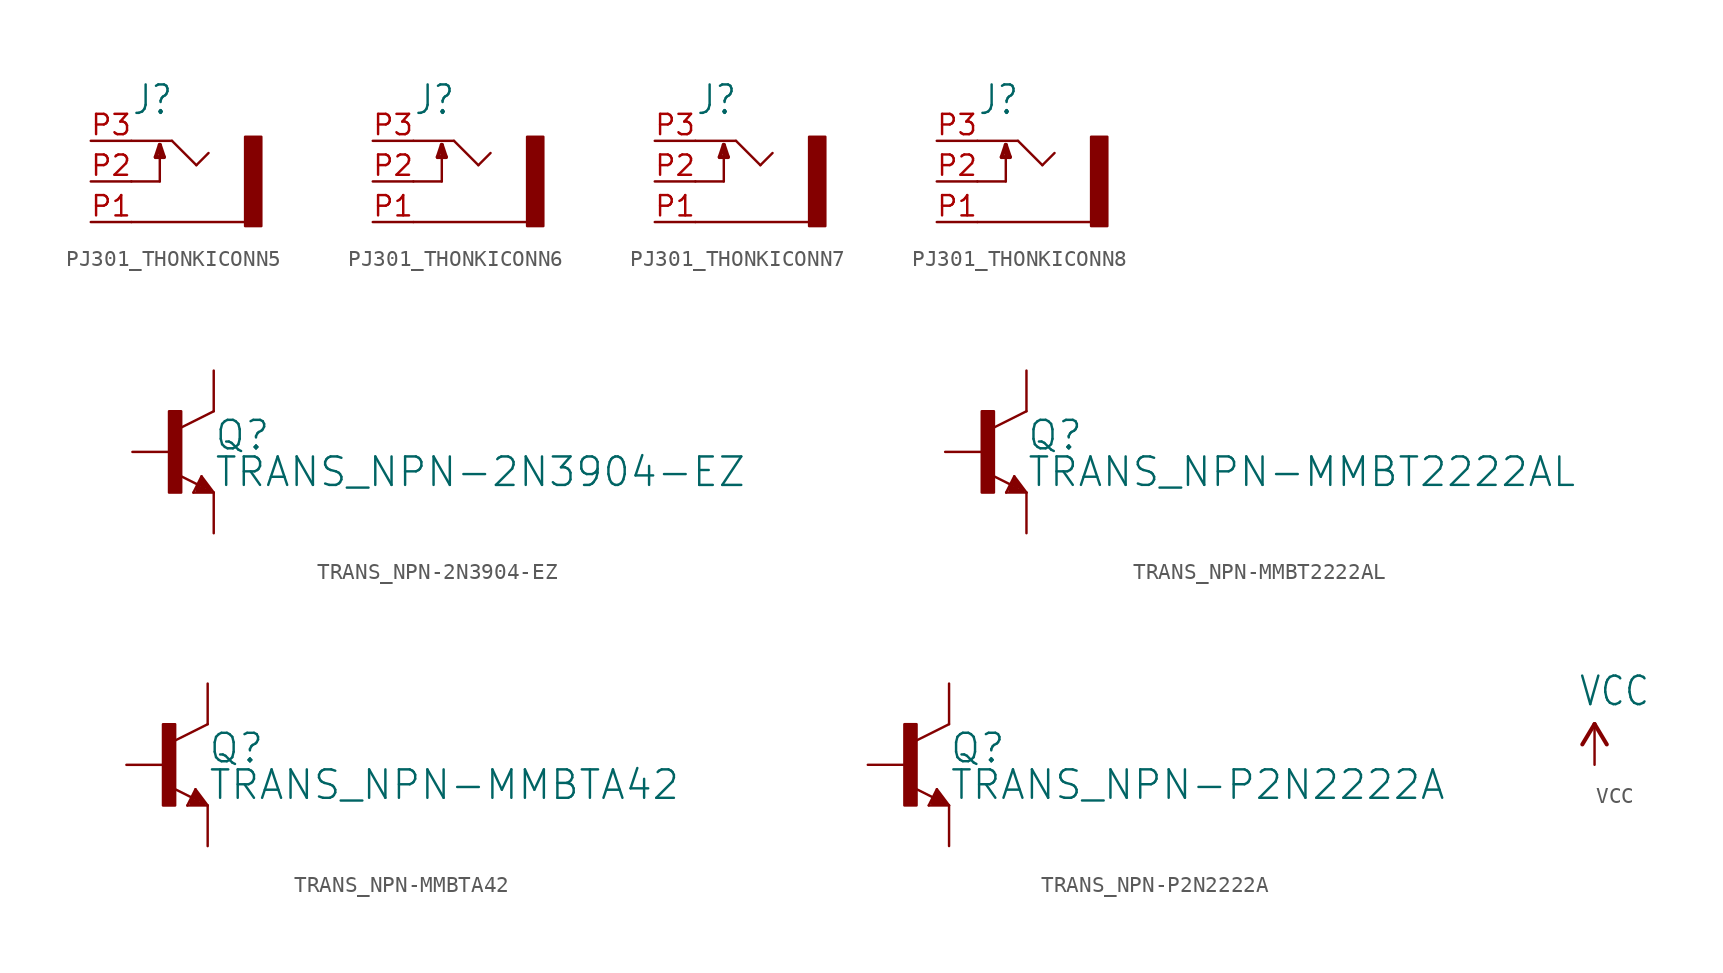
<source format=kicad_sym>
(kicad_symbol_lib
  (version 20211014)
  (generator kicad_symbol_editor)
  (symbol "PJ301_THONKICONN5"
    (property "Reference" "J"
      (at -2.54 4.064 0)
      (effects (font (size 1.778 1.511)) (justify left bottom)))
    (property "ki_locked" ""
      (at 0 0 0)
      (effects (font (size 1.27 1.27))))
    (symbol "PJ301_THONKICONN5_1_0"
      (polyline (pts (xy -2.54 -2.54) (xy 4.572 -2.54)) (stroke (width 0.152) (type default) (color 0 0 0 0)) (fill (type none)))
      (polyline (pts (xy -2.54 0) (xy -0.762 0)) (stroke (width 0.152) (type default) (color 0 0 0 0)) (fill (type none)))
      (polyline (pts (xy -2.54 2.54) (xy 0 2.54)) (stroke (width 0.152) (type default) (color 0 0 0 0)) (fill (type none)))
      (polyline (pts (xy -1.016 1.524) (xy -0.508 1.524)) (stroke (width 0.254) (type default) (color 0 0 0 0)) (fill (type none)))
      (polyline (pts (xy -0.762 0) (xy -0.762 2.286)) (stroke (width 0.152) (type default) (color 0 0 0 0)) (fill (type none)))
      (polyline (pts (xy -0.762 2.286) (xy -1.016 1.524)) (stroke (width 0.254) (type default) (color 0 0 0 0)) (fill (type none)))
      (polyline (pts (xy -0.508 1.524) (xy -0.762 2.286)) (stroke (width 0.254) (type default) (color 0 0 0 0)) (fill (type none)))
      (polyline (pts (xy 0 2.54) (xy 1.524 1.016)) (stroke (width 0.152) (type default) (color 0 0 0 0)) (fill (type none)))
      (polyline (pts (xy 1.524 1.016) (xy 2.286 1.778)) (stroke (width 0.152) (type default) (color 0 0 0 0)) (fill (type none)))
      (rectangle (start 4.572 2.794) (end 5.588 -2.794) (stroke (width 0) (type default) (color 0 0 0 0)) (fill (type outline)))
      (pin passive line (at -5.08 -2.54 0) (length 2.54) (name "1" (effects (font (size 0 0)))) (number "P1" (effects (font (size 1.27 1.27)))))
      (pin passive line (at -5.08 0 0) (length 2.54) (name "2" (effects (font (size 0 0)))) (number "P2" (effects (font (size 1.27 1.27)))))
      (pin passive line (at -5.08 2.54 0) (length 2.54) (name "3" (effects (font (size 0 0)))) (number "P3" (effects (font (size 1.27 1.27)))))))
  (symbol "PJ301_THONKICONN6"
    (property "Reference" "J"
      (at -2.54 4.064 0)
      (effects (font (size 1.778 1.511)) (justify left bottom)))
    (property "ki_locked" ""
      (at 0 0 0)
      (effects (font (size 1.27 1.27))))
    (symbol "PJ301_THONKICONN6_1_0"
      (polyline (pts (xy -2.54 -2.54) (xy 4.572 -2.54)) (stroke (width 0.152) (type default) (color 0 0 0 0)) (fill (type none)))
      (polyline (pts (xy -2.54 0) (xy -0.762 0)) (stroke (width 0.152) (type default) (color 0 0 0 0)) (fill (type none)))
      (polyline (pts (xy -2.54 2.54) (xy 0 2.54)) (stroke (width 0.152) (type default) (color 0 0 0 0)) (fill (type none)))
      (polyline (pts (xy -1.016 1.524) (xy -0.508 1.524)) (stroke (width 0.254) (type default) (color 0 0 0 0)) (fill (type none)))
      (polyline (pts (xy -0.762 0) (xy -0.762 2.286)) (stroke (width 0.152) (type default) (color 0 0 0 0)) (fill (type none)))
      (polyline (pts (xy -0.762 2.286) (xy -1.016 1.524)) (stroke (width 0.254) (type default) (color 0 0 0 0)) (fill (type none)))
      (polyline (pts (xy -0.508 1.524) (xy -0.762 2.286)) (stroke (width 0.254) (type default) (color 0 0 0 0)) (fill (type none)))
      (polyline (pts (xy 0 2.54) (xy 1.524 1.016)) (stroke (width 0.152) (type default) (color 0 0 0 0)) (fill (type none)))
      (polyline (pts (xy 1.524 1.016) (xy 2.286 1.778)) (stroke (width 0.152) (type default) (color 0 0 0 0)) (fill (type none)))
      (rectangle (start 4.572 2.794) (end 5.588 -2.794) (stroke (width 0) (type default) (color 0 0 0 0)) (fill (type outline)))
      (pin passive line (at -5.08 -2.54 0) (length 2.54) (name "1" (effects (font (size 0 0)))) (number "P1" (effects (font (size 1.27 1.27)))))
      (pin passive line (at -5.08 0 0) (length 2.54) (name "2" (effects (font (size 0 0)))) (number "P2" (effects (font (size 1.27 1.27)))))
      (pin passive line (at -5.08 2.54 0) (length 2.54) (name "3" (effects (font (size 0 0)))) (number "P3" (effects (font (size 1.27 1.27)))))))
  (symbol "PJ301_THONKICONN7"
    (property "Reference" "J"
      (at -2.54 4.064 0)
      (effects (font (size 1.778 1.511)) (justify left bottom)))
    (property "ki_locked" ""
      (at 0 0 0)
      (effects (font (size 1.27 1.27))))
    (symbol "PJ301_THONKICONN7_1_0"
      (polyline (pts (xy -2.54 -2.54) (xy 4.572 -2.54)) (stroke (width 0.152) (type default) (color 0 0 0 0)) (fill (type none)))
      (polyline (pts (xy -2.54 0) (xy -0.762 0)) (stroke (width 0.152) (type default) (color 0 0 0 0)) (fill (type none)))
      (polyline (pts (xy -2.54 2.54) (xy 0 2.54)) (stroke (width 0.152) (type default) (color 0 0 0 0)) (fill (type none)))
      (polyline (pts (xy -1.016 1.524) (xy -0.508 1.524)) (stroke (width 0.254) (type default) (color 0 0 0 0)) (fill (type none)))
      (polyline (pts (xy -0.762 0) (xy -0.762 2.286)) (stroke (width 0.152) (type default) (color 0 0 0 0)) (fill (type none)))
      (polyline (pts (xy -0.762 2.286) (xy -1.016 1.524)) (stroke (width 0.254) (type default) (color 0 0 0 0)) (fill (type none)))
      (polyline (pts (xy -0.508 1.524) (xy -0.762 2.286)) (stroke (width 0.254) (type default) (color 0 0 0 0)) (fill (type none)))
      (polyline (pts (xy 0 2.54) (xy 1.524 1.016)) (stroke (width 0.152) (type default) (color 0 0 0 0)) (fill (type none)))
      (polyline (pts (xy 1.524 1.016) (xy 2.286 1.778)) (stroke (width 0.152) (type default) (color 0 0 0 0)) (fill (type none)))
      (rectangle (start 4.572 2.794) (end 5.588 -2.794) (stroke (width 0) (type default) (color 0 0 0 0)) (fill (type outline)))
      (pin passive line (at -5.08 -2.54 0) (length 2.54) (name "1" (effects (font (size 0 0)))) (number "P1" (effects (font (size 1.27 1.27)))))
      (pin passive line (at -5.08 0 0) (length 2.54) (name "2" (effects (font (size 0 0)))) (number "P2" (effects (font (size 1.27 1.27)))))
      (pin passive line (at -5.08 2.54 0) (length 2.54) (name "3" (effects (font (size 0 0)))) (number "P3" (effects (font (size 1.27 1.27)))))))
  (symbol "PJ301_THONKICONN8"
    (property "Reference" "J"
      (at -2.54 4.064 0)
      (effects (font (size 1.778 1.511)) (justify left bottom)))
    (property "ki_locked" ""
      (at 0 0 0)
      (effects (font (size 1.27 1.27))))
    (symbol "PJ301_THONKICONN8_1_0"
      (polyline (pts (xy -2.54 -2.54) (xy 4.572 -2.54)) (stroke (width 0.152) (type default) (color 0 0 0 0)) (fill (type none)))
      (polyline (pts (xy -2.54 0) (xy -0.762 0)) (stroke (width 0.152) (type default) (color 0 0 0 0)) (fill (type none)))
      (polyline (pts (xy -2.54 2.54) (xy 0 2.54)) (stroke (width 0.152) (type default) (color 0 0 0 0)) (fill (type none)))
      (polyline (pts (xy -1.016 1.524) (xy -0.508 1.524)) (stroke (width 0.254) (type default) (color 0 0 0 0)) (fill (type none)))
      (polyline (pts (xy -0.762 0) (xy -0.762 2.286)) (stroke (width 0.152) (type default) (color 0 0 0 0)) (fill (type none)))
      (polyline (pts (xy -0.762 2.286) (xy -1.016 1.524)) (stroke (width 0.254) (type default) (color 0 0 0 0)) (fill (type none)))
      (polyline (pts (xy -0.508 1.524) (xy -0.762 2.286)) (stroke (width 0.254) (type default) (color 0 0 0 0)) (fill (type none)))
      (polyline (pts (xy 0 2.54) (xy 1.524 1.016)) (stroke (width 0.152) (type default) (color 0 0 0 0)) (fill (type none)))
      (polyline (pts (xy 1.524 1.016) (xy 2.286 1.778)) (stroke (width 0.152) (type default) (color 0 0 0 0)) (fill (type none)))
      (rectangle (start 4.572 2.794) (end 5.588 -2.794) (stroke (width 0) (type default) (color 0 0 0 0)) (fill (type outline)))
      (pin passive line (at -5.08 -2.54 0) (length 2.54) (name "1" (effects (font (size 0 0)))) (number "P1" (effects (font (size 1.27 1.27)))))
      (pin passive line (at -5.08 0 0) (length 2.54) (name "2" (effects (font (size 0 0)))) (number "P2" (effects (font (size 1.27 1.27)))))
      (pin passive line (at -5.08 2.54 0) (length 2.54) (name "3" (effects (font (size 0 0)))) (number "P3" (effects (font (size 1.27 1.27)))))))
  (symbol "TRANS_NPN-2N3904-EZ"
    (property "Reference" "Q"
      (at 2.54 0 0)
      (effects (font (size 1.778 1.778)) (justify left bottom)))
    (property "Value" "TRANS_NPN-2N3904-EZ"
      (at 2.54 -2.286 0)
      (effects (font (size 1.778 1.778)) (justify left bottom)))
    (property "ki_locked" ""
      (at 0 0 0)
      (effects (font (size 1.27 1.27))))
    (symbol "TRANS_NPN-2N3904-EZ_1_0"
      (rectangle (start -0.254 -2.54) (end 0.508 2.54) (stroke (width 0) (type default) (color 0 0 0 0)) (fill (type outline)))
      (polyline (pts (xy 1.27 -2.54) (xy 1.778 -1.524)) (stroke (width 0.152) (type default) (color 0 0 0 0)) (fill (type none)))
      (polyline (pts (xy 1.524 -2.413) (xy 2.286 -2.413)) (stroke (width 0.254) (type default) (color 0 0 0 0)) (fill (type none)))
      (polyline (pts (xy 1.524 -2.286) (xy 1.905 -2.286)) (stroke (width 0.254) (type default) (color 0 0 0 0)) (fill (type none)))
      (polyline (pts (xy 1.54 -2.04) (xy 0.308 -1.424)) (stroke (width 0.152) (type default) (color 0 0 0 0)) (fill (type none)))
      (polyline (pts (xy 1.778 -1.778) (xy 1.524 -2.286)) (stroke (width 0.254) (type default) (color 0 0 0 0)) (fill (type none)))
      (polyline (pts (xy 1.778 -1.524) (xy 2.54 -2.54)) (stroke (width 0.152) (type default) (color 0 0 0 0)) (fill (type none)))
      (polyline (pts (xy 1.905 -2.286) (xy 1.778 -2.032)) (stroke (width 0.254) (type default) (color 0 0 0 0)) (fill (type none)))
      (polyline (pts (xy 2.286 -2.413) (xy 1.778 -1.778)) (stroke (width 0.254) (type default) (color 0 0 0 0)) (fill (type none)))
      (polyline (pts (xy 2.54 -2.54) (xy 1.27 -2.54)) (stroke (width 0.152) (type default) (color 0 0 0 0)) (fill (type none)))
      (polyline (pts (xy 2.54 2.54) (xy 0.508 1.524)) (stroke (width 0.152) (type default) (color 0 0 0 0)) (fill (type none)))
      (pin passive line (at 2.54 -5.08 90) (length 2.54) (name "E" (effects (font (size 0 0)))) (number "1" (effects (font (size 0 0)))))
      (pin passive line (at -2.54 0 0) (length 2.54) (name "B" (effects (font (size 0 0)))) (number "2" (effects (font (size 0 0)))))
      (pin passive line (at 2.54 5.08 270) (length 2.54) (name "C" (effects (font (size 0 0)))) (number "3" (effects (font (size 0 0)))))))
  (symbol "TRANS_NPN-MMBT2222AL"
    (property "Reference" "Q"
      (at 2.54 0 0)
      (effects (font (size 1.778 1.778)) (justify left bottom)))
    (property "Value" "TRANS_NPN-MMBT2222AL"
      (at 2.54 -2.286 0)
      (effects (font (size 1.778 1.778)) (justify left bottom)))
    (property "ki_locked" ""
      (at 0 0 0)
      (effects (font (size 1.27 1.27))))
    (symbol "TRANS_NPN-MMBT2222AL_1_0"
      (rectangle (start -0.254 -2.54) (end 0.508 2.54) (stroke (width 0) (type default) (color 0 0 0 0)) (fill (type outline)))
      (polyline (pts (xy 1.27 -2.54) (xy 1.778 -1.524)) (stroke (width 0.152) (type default) (color 0 0 0 0)) (fill (type none)))
      (polyline (pts (xy 1.524 -2.413) (xy 2.286 -2.413)) (stroke (width 0.254) (type default) (color 0 0 0 0)) (fill (type none)))
      (polyline (pts (xy 1.524 -2.286) (xy 1.905 -2.286)) (stroke (width 0.254) (type default) (color 0 0 0 0)) (fill (type none)))
      (polyline (pts (xy 1.54 -2.04) (xy 0.308 -1.424)) (stroke (width 0.152) (type default) (color 0 0 0 0)) (fill (type none)))
      (polyline (pts (xy 1.778 -1.778) (xy 1.524 -2.286)) (stroke (width 0.254) (type default) (color 0 0 0 0)) (fill (type none)))
      (polyline (pts (xy 1.778 -1.524) (xy 2.54 -2.54)) (stroke (width 0.152) (type default) (color 0 0 0 0)) (fill (type none)))
      (polyline (pts (xy 1.905 -2.286) (xy 1.778 -2.032)) (stroke (width 0.254) (type default) (color 0 0 0 0)) (fill (type none)))
      (polyline (pts (xy 2.286 -2.413) (xy 1.778 -1.778)) (stroke (width 0.254) (type default) (color 0 0 0 0)) (fill (type none)))
      (polyline (pts (xy 2.54 -2.54) (xy 1.27 -2.54)) (stroke (width 0.152) (type default) (color 0 0 0 0)) (fill (type none)))
      (polyline (pts (xy 2.54 2.54) (xy 0.508 1.524)) (stroke (width 0.152) (type default) (color 0 0 0 0)) (fill (type none)))
      (pin passive line (at -2.54 0 0) (length 2.54) (name "B" (effects (font (size 0 0)))) (number "1" (effects (font (size 0 0)))))
      (pin passive line (at 2.54 -5.08 90) (length 2.54) (name "E" (effects (font (size 0 0)))) (number "2" (effects (font (size 0 0)))))
      (pin passive line (at 2.54 5.08 270) (length 2.54) (name "C" (effects (font (size 0 0)))) (number "3" (effects (font (size 0 0)))))))
  (symbol "TRANS_NPN-MMBTA42"
    (property "Reference" "Q"
      (at 2.54 0 0)
      (effects (font (size 1.778 1.778)) (justify left bottom)))
    (property "Value" "TRANS_NPN-MMBTA42"
      (at 2.54 -2.286 0)
      (effects (font (size 1.778 1.778)) (justify left bottom)))
    (property "ki_locked" ""
      (at 0 0 0)
      (effects (font (size 1.27 1.27))))
    (symbol "TRANS_NPN-MMBTA42_1_0"
      (rectangle (start -0.254 -2.54) (end 0.508 2.54) (stroke (width 0) (type default) (color 0 0 0 0)) (fill (type outline)))
      (polyline (pts (xy 1.27 -2.54) (xy 1.778 -1.524)) (stroke (width 0.152) (type default) (color 0 0 0 0)) (fill (type none)))
      (polyline (pts (xy 1.524 -2.413) (xy 2.286 -2.413)) (stroke (width 0.254) (type default) (color 0 0 0 0)) (fill (type none)))
      (polyline (pts (xy 1.524 -2.286) (xy 1.905 -2.286)) (stroke (width 0.254) (type default) (color 0 0 0 0)) (fill (type none)))
      (polyline (pts (xy 1.54 -2.04) (xy 0.308 -1.424)) (stroke (width 0.152) (type default) (color 0 0 0 0)) (fill (type none)))
      (polyline (pts (xy 1.778 -1.778) (xy 1.524 -2.286)) (stroke (width 0.254) (type default) (color 0 0 0 0)) (fill (type none)))
      (polyline (pts (xy 1.778 -1.524) (xy 2.54 -2.54)) (stroke (width 0.152) (type default) (color 0 0 0 0)) (fill (type none)))
      (polyline (pts (xy 1.905 -2.286) (xy 1.778 -2.032)) (stroke (width 0.254) (type default) (color 0 0 0 0)) (fill (type none)))
      (polyline (pts (xy 2.286 -2.413) (xy 1.778 -1.778)) (stroke (width 0.254) (type default) (color 0 0 0 0)) (fill (type none)))
      (polyline (pts (xy 2.54 -2.54) (xy 1.27 -2.54)) (stroke (width 0.152) (type default) (color 0 0 0 0)) (fill (type none)))
      (polyline (pts (xy 2.54 2.54) (xy 0.508 1.524)) (stroke (width 0.152) (type default) (color 0 0 0 0)) (fill (type none)))
      (pin passive line (at -2.54 0 0) (length 2.54) (name "B" (effects (font (size 0 0)))) (number "1" (effects (font (size 0 0)))))
      (pin passive line (at 2.54 -5.08 90) (length 2.54) (name "E" (effects (font (size 0 0)))) (number "2" (effects (font (size 0 0)))))
      (pin passive line (at 2.54 5.08 270) (length 2.54) (name "C" (effects (font (size 0 0)))) (number "3" (effects (font (size 0 0)))))))
  (symbol "TRANS_NPN-P2N2222A"
    (property "Reference" "Q"
      (at 2.54 0 0)
      (effects (font (size 1.778 1.778)) (justify left bottom)))
    (property "Value" "TRANS_NPN-P2N2222A"
      (at 2.54 -2.286 0)
      (effects (font (size 1.778 1.778)) (justify left bottom)))
    (property "ki_locked" ""
      (at 0 0 0)
      (effects (font (size 1.27 1.27))))
    (symbol "TRANS_NPN-P2N2222A_1_0"
      (rectangle (start -0.254 -2.54) (end 0.508 2.54) (stroke (width 0) (type default) (color 0 0 0 0)) (fill (type outline)))
      (polyline (pts (xy 1.27 -2.54) (xy 1.778 -1.524)) (stroke (width 0.152) (type default) (color 0 0 0 0)) (fill (type none)))
      (polyline (pts (xy 1.524 -2.413) (xy 2.286 -2.413)) (stroke (width 0.254) (type default) (color 0 0 0 0)) (fill (type none)))
      (polyline (pts (xy 1.524 -2.286) (xy 1.905 -2.286)) (stroke (width 0.254) (type default) (color 0 0 0 0)) (fill (type none)))
      (polyline (pts (xy 1.54 -2.04) (xy 0.308 -1.424)) (stroke (width 0.152) (type default) (color 0 0 0 0)) (fill (type none)))
      (polyline (pts (xy 1.778 -1.778) (xy 1.524 -2.286)) (stroke (width 0.254) (type default) (color 0 0 0 0)) (fill (type none)))
      (polyline (pts (xy 1.778 -1.524) (xy 2.54 -2.54)) (stroke (width 0.152) (type default) (color 0 0 0 0)) (fill (type none)))
      (polyline (pts (xy 1.905 -2.286) (xy 1.778 -2.032)) (stroke (width 0.254) (type default) (color 0 0 0 0)) (fill (type none)))
      (polyline (pts (xy 2.286 -2.413) (xy 1.778 -1.778)) (stroke (width 0.254) (type default) (color 0 0 0 0)) (fill (type none)))
      (polyline (pts (xy 2.54 -2.54) (xy 1.27 -2.54)) (stroke (width 0.152) (type default) (color 0 0 0 0)) (fill (type none)))
      (polyline (pts (xy 2.54 2.54) (xy 0.508 1.524)) (stroke (width 0.152) (type default) (color 0 0 0 0)) (fill (type none)))
      (pin passive line (at 2.54 5.08 270) (length 2.54) (name "C" (effects (font (size 0 0)))) (number "1" (effects (font (size 0 0)))))
      (pin passive line (at -2.54 0 0) (length 2.54) (name "B" (effects (font (size 0 0)))) (number "2" (effects (font (size 0 0)))))
      (pin passive line (at 2.54 -5.08 90) (length 2.54) (name "E" (effects (font (size 0 0)))) (number "3" (effects (font (size 0 0)))))))
  (symbol "VCC"
    (power)
    (property "Reference" "#P+"
      (at 0 0 0)
      (effects (font (size 1.27 1.27)) hide))
    (property "Value" "VCC"
      (at -1.016 3.556 0)
      (effects (font (size 1.778 1.511)) (justify left bottom)))
    (property "ki_locked" ""
      (at 0 0 0)
      (effects (font (size 1.27 1.27))))
    (symbol "VCC_1_0"
      (polyline (pts (xy 0 2.54) (xy -0.762 1.27)) (stroke (width 0.254) (type default) (color 0 0 0 0)) (fill (type none)))
      (polyline (pts (xy 0.762 1.27) (xy 0 2.54)) (stroke (width 0.254) (type default) (color 0 0 0 0)) (fill (type none)))
      (pin power_in line (at 0 0 90) (length 2.54) (name "VCC" (effects (font (size 0 0)))) (number "1" (effects (font (size 0 0))))))))
</source>
